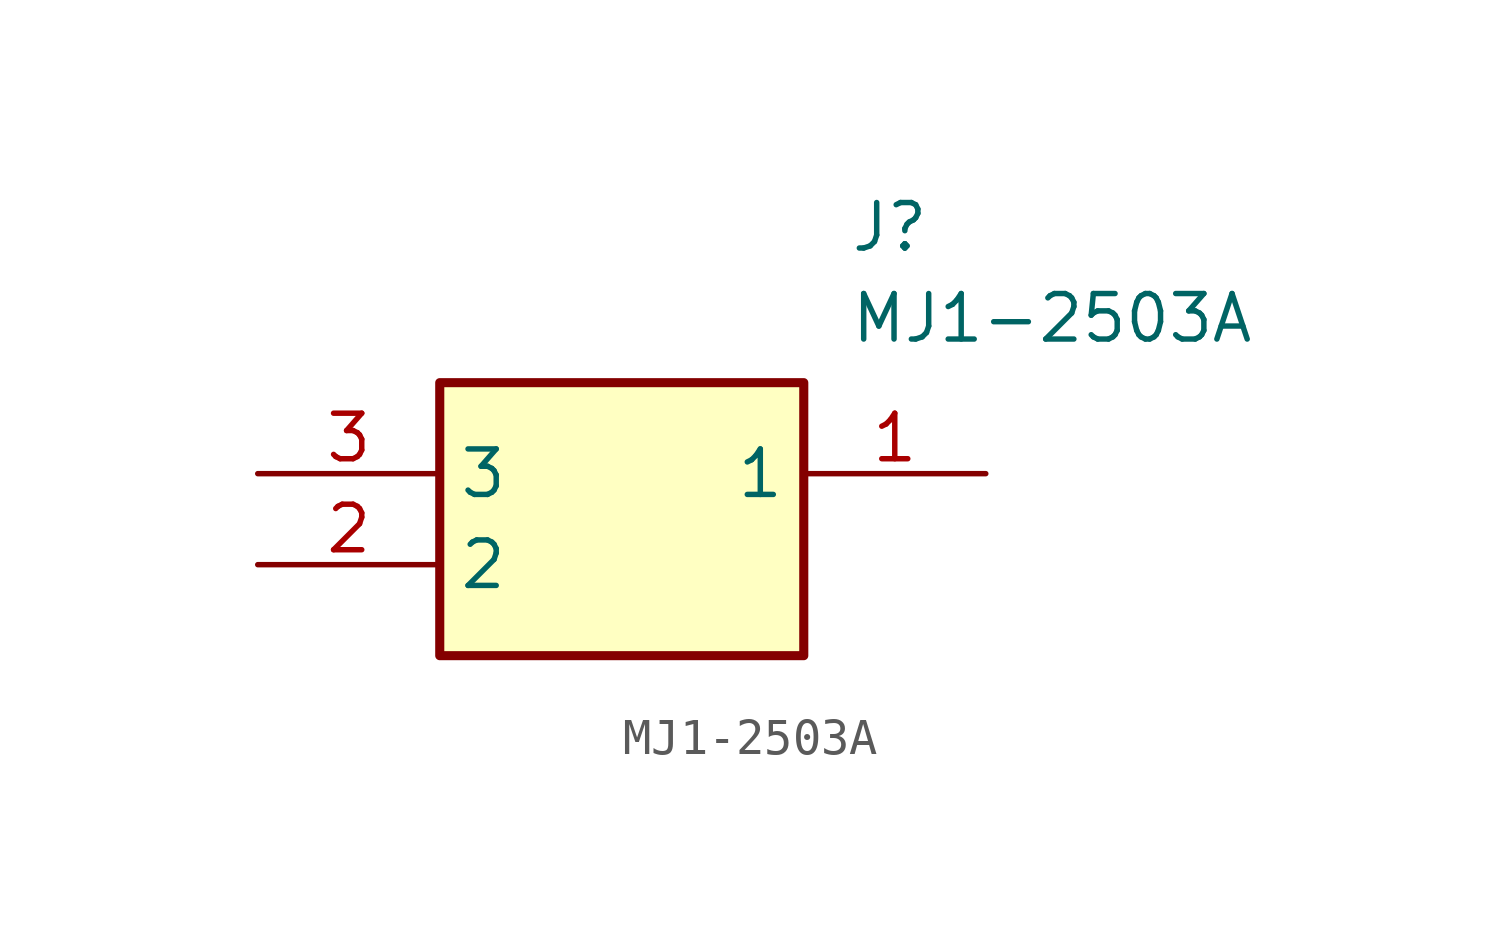
<source format=kicad_sym>
(kicad_symbol_lib
  (version 20211014)
  (generator SamacSys_ECAD_Model)
  (symbol "MJ1-2503A"
    (property "Reference" "J"
      (at 16.51 7.62 0)
      (effects (font (size 1.27 1.27)) (justify left top)))
    (property "Value" "MJ1-2503A"
      (at 16.51 5.08 0)
      (effects (font (size 1.27 1.27)) (justify left top)))
    (rectangle
      (start 5.08 2.54)
      (end 15.24 -5.08)
      (stroke (width 0.254) (type default))
      (fill (type background)))
    (pin passive line
      (at 20.32 0 180)
      (length 5.08)
      (name "1" (effects (font (size 1.27 1.27))))
      (number "1" (effects (font (size 1.27 1.27)))))
    (pin passive line
      (at 0 -2.54 0)
      (length 5.08)
      (name "2" (effects (font (size 1.27 1.27))))
      (number "2" (effects (font (size 1.27 1.27)))))
    (pin passive line
      (at 0 0 0)
      (length 5.08)
      (name "3" (effects (font (size 1.27 1.27))))
      (number "3" (effects (font (size 1.27 1.27)))))))
</source>
